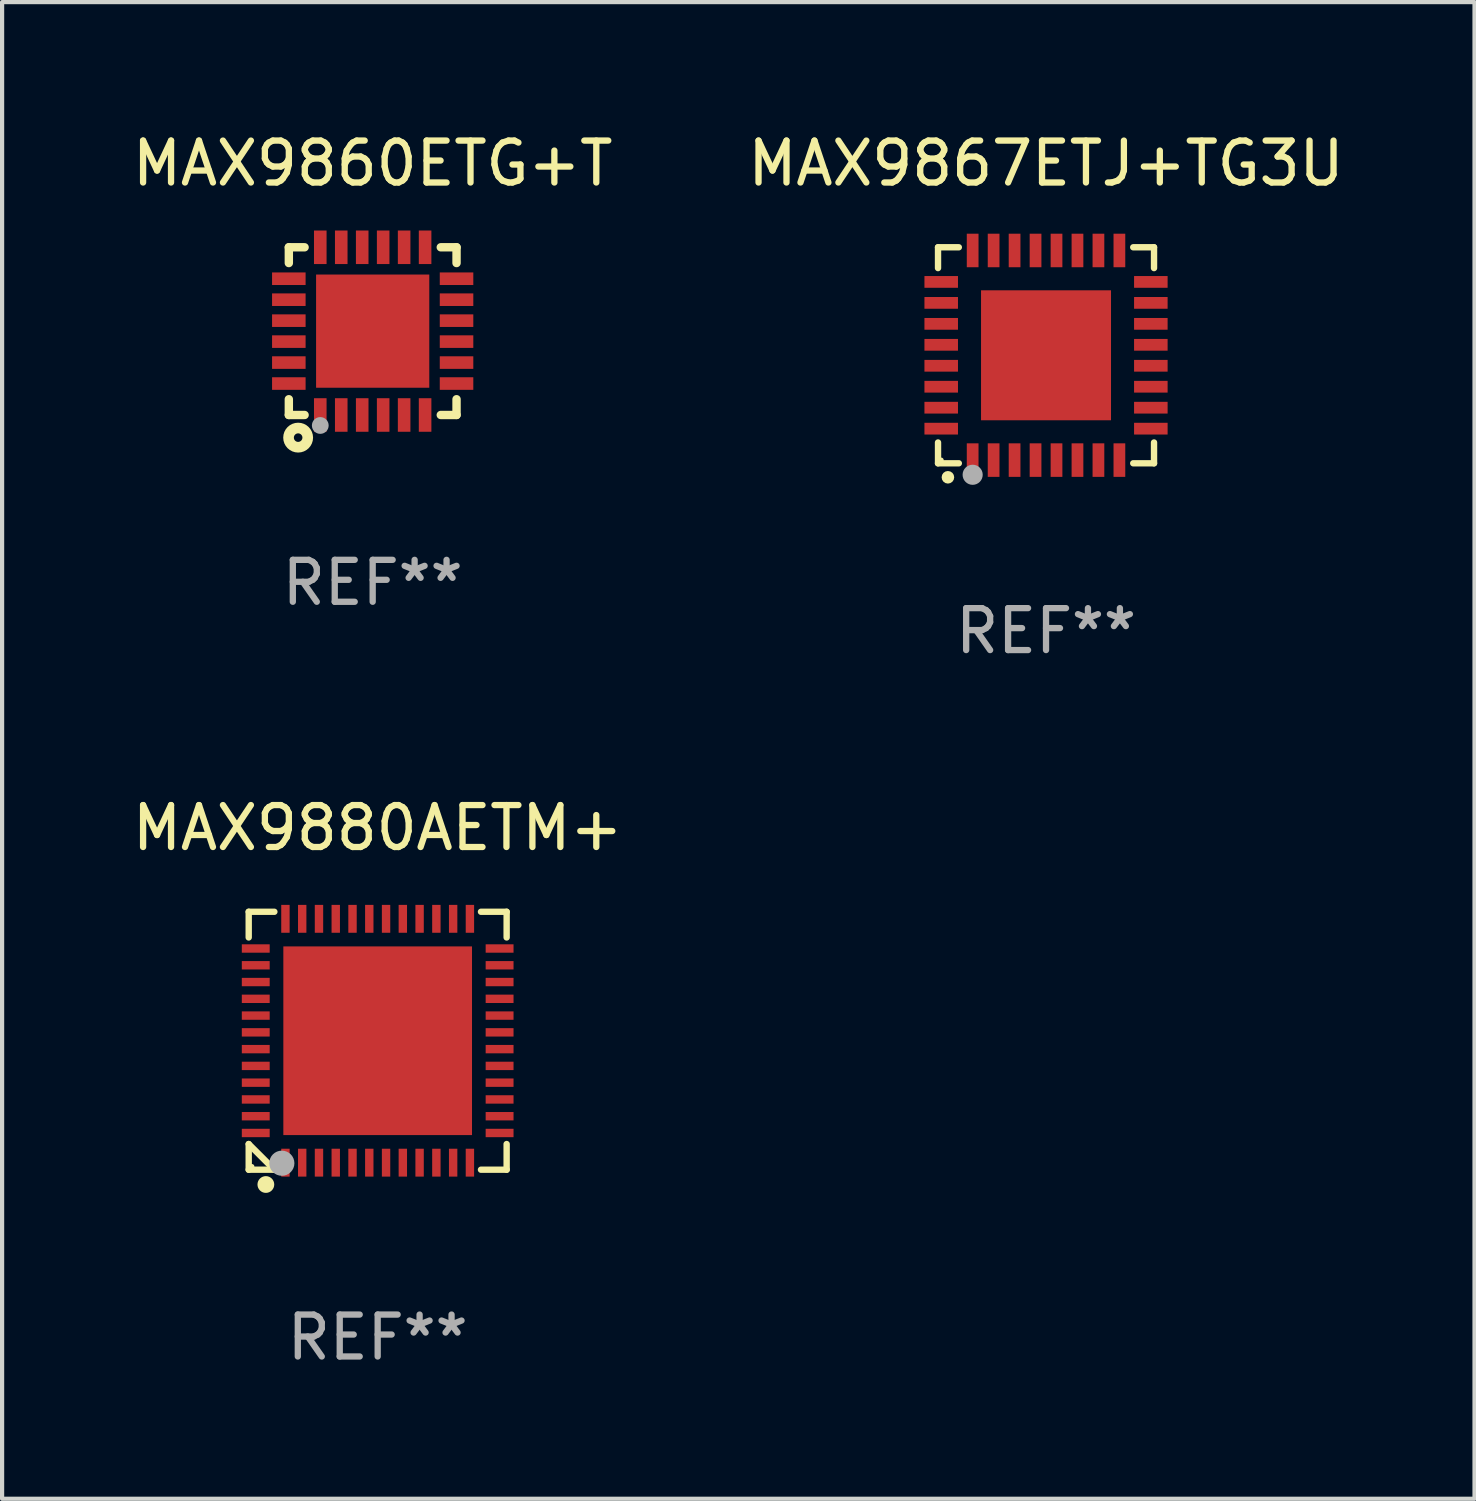
<source format=kicad_pcb>
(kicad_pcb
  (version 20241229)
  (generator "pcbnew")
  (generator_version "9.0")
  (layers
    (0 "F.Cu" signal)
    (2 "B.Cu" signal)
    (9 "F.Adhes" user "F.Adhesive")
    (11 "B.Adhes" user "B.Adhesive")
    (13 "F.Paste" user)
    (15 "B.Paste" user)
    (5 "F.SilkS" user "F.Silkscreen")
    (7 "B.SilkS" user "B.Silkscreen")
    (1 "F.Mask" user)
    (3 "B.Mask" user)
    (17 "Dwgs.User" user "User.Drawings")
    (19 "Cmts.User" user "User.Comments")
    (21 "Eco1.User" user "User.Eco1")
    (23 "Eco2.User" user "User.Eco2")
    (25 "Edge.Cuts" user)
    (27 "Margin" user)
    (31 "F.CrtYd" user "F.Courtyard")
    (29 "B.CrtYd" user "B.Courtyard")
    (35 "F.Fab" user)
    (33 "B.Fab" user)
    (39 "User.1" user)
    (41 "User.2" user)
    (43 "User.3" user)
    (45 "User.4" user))
  (footprint "MAX9860ETG+T"
    (layer "F.Cu")
    (at 5.839 4.848)
    (property "Reference" "MAX9860ETG+T" (at 0 -4 0) (layer "F.SilkS") (effects (font (size 1 1) (thickness 0.15))))
    (attr through_hole)
    (fp_line (start -2 -2) (end -1.624 -2) (stroke (width 0.2) (type solid)) (layer "F.SilkS"))
    (fp_line (start -2 -1.624) (end -2 -2) (stroke (width 0.2) (type solid)) (layer "F.SilkS"))
    (fp_line (start -2 2) (end -2 1.624) (stroke (width 0.2) (type solid)) (layer "F.SilkS"))
    (fp_line (start -2 2) (end -1.624 2) (stroke (width 0.2) (type solid)) (layer "F.SilkS"))
    (fp_line (start 1.624 -2) (end 2 -2) (stroke (width 0.2) (type solid)) (layer "F.SilkS"))
    (fp_line (start 1.624 2) (end 2 2) (stroke (width 0.2) (type solid)) (layer "F.SilkS"))
    (fp_line (start 2 -2) (end 2 -1.624) (stroke (width 0.2) (type solid)) (layer "F.SilkS"))
    (fp_line (start 2 1.624) (end 2 2) (stroke (width 0.2) (type solid)) (layer "F.SilkS"))
    (fp_circle (center -2 2) (end -1.97 2) (stroke (width 0.06) (type solid)) (fill no) (layer "F.SilkS"))
    (fp_circle (center -1.778 2.54) (end -1.676 2.54) (stroke (width 0.254) (type solid)) (fill no) (layer "F.SilkS"))
    (fp_circle (center -1.25 2.25) (end -1.15 2.25) (stroke (width 0.2) (type solid)) (fill no) (layer "F.Fab"))
    (fp_text user "REF**" (at 0 6 0) (layer "F.Fab") (effects (font (size 1 1) (thickness 0.15))))
    (pad "1" smd rect (at -1.25 2) (size 0.3 0.8) (layers "F.Cu" "F.Mask" "F.Paste"))
    (pad "2" smd rect (at -0.75 2) (size 0.3 0.8) (layers "F.Cu" "F.Mask" "F.Paste"))
    (pad "3" smd rect (at -0.25 2) (size 0.3 0.8) (layers "F.Cu" "F.Mask" "F.Paste"))
    (pad "4" smd rect (at 0.25 2) (size 0.3 0.8) (layers "F.Cu" "F.Mask" "F.Paste"))
    (pad "5" smd rect (at 0.75 2) (size 0.3 0.8) (layers "F.Cu" "F.Mask" "F.Paste"))
    (pad "6" smd rect (at 1.25 2) (size 0.3 0.8) (layers "F.Cu" "F.Mask" "F.Paste"))
    (pad "7" smd rect (at 2 1.25 90) (size 0.3 0.8) (layers "F.Cu" "F.Mask" "F.Paste"))
    (pad "8" smd rect (at 2 0.75 90) (size 0.3 0.8) (layers "F.Cu" "F.Mask" "F.Paste"))
    (pad "9" smd rect (at 2 0.25 90) (size 0.3 0.8) (layers "F.Cu" "F.Mask" "F.Paste"))
    (pad "10" smd rect (at 2 -0.25 90) (size 0.3 0.8) (layers "F.Cu" "F.Mask" "F.Paste"))
    (pad "11" smd rect (at 2 -0.75 90) (size 0.3 0.8) (layers "F.Cu" "F.Mask" "F.Paste"))
    (pad "12" smd rect (at 2 -1.25 90) (size 0.3 0.8) (layers "F.Cu" "F.Mask" "F.Paste"))
    (pad "13" smd rect (at 1.25 -2 180) (size 0.3 0.8) (layers "F.Cu" "F.Mask" "F.Paste"))
    (pad "14" smd rect (at 0.75 -2 180) (size 0.3 0.8) (layers "F.Cu" "F.Mask" "F.Paste"))
    (pad "15" smd rect (at 0.25 -2 180) (size 0.3 0.8) (layers "F.Cu" "F.Mask" "F.Paste"))
    (pad "16" smd rect (at -0.25 -2 180) (size 0.3 0.8) (layers "F.Cu" "F.Mask" "F.Paste"))
    (pad "17" smd rect (at -0.75 -2 180) (size 0.3 0.8) (layers "F.Cu" "F.Mask" "F.Paste"))
    (pad "18" smd rect (at -1.25 -2 180) (size 0.3 0.8) (layers "F.Cu" "F.Mask" "F.Paste"))
    (pad "19" smd rect (at -2 -1.25 270) (size 0.3 0.8) (layers "F.Cu" "F.Mask" "F.Paste"))
    (pad "20" smd rect (at -2 -0.75 270) (size 0.3 0.8) (layers "F.Cu" "F.Mask" "F.Paste"))
    (pad "21" smd rect (at -2 -0.25 270) (size 0.3 0.8) (layers "F.Cu" "F.Mask" "F.Paste"))
    (pad "22" smd rect (at -2 0.25 270) (size 0.3 0.8) (layers "F.Cu" "F.Mask" "F.Paste"))
    (pad "23" smd rect (at -2 0.75 270) (size 0.3 0.8) (layers "F.Cu" "F.Mask" "F.Paste"))
    (pad "24" smd rect (at -2 1.25 270) (size 0.3 0.8) (layers "F.Cu" "F.Mask" "F.Paste"))
    (pad "25" smd rect (at 0 0) (size 2.7 2.7) (layers "F.Cu" "F.Mask" "F.Paste")))
  (footprint "MAX9867ETJ+TG3U"
    (layer "F.Cu")
    (at 21.899 5.424)
    (property "Reference" "MAX9867ETJ+TG3U" (at 0 -4.576 0) (layer "F.SilkS") (effects (font (size 1 1) (thickness 0.15))))
    (attr through_hole)
    (fp_line (start -2.576 -2.576) (end -2.08 -2.576) (stroke (width 0.152) (type solid)) (layer "F.SilkS"))
    (fp_line (start -2.576 -2.08) (end -2.576 -2.576) (stroke (width 0.152) (type solid)) (layer "F.SilkS"))
    (fp_line (start -2.576 2.08) (end -2.576 2.576) (stroke (width 0.152) (type solid)) (layer "F.SilkS"))
    (fp_line (start -2.576 2.576) (end -2.08 2.576) (stroke (width 0.152) (type solid)) (layer "F.SilkS"))
    (fp_line (start 2.576 -2.576) (end 2.08 -2.576) (stroke (width 0.152) (type solid)) (layer "F.SilkS"))
    (fp_line (start 2.576 -2.08) (end 2.576 -2.576) (stroke (width 0.152) (type solid)) (layer "F.SilkS"))
    (fp_line (start 2.576 2.08) (end 2.576 2.576) (stroke (width 0.152) (type solid)) (layer "F.SilkS"))
    (fp_line (start 2.576 2.576) (end 2.08 2.576) (stroke (width 0.152) (type solid)) (layer "F.SilkS"))
    (fp_circle (center -2.5 2.5) (end -2.47 2.5) (stroke (width 0.06) (type solid)) (fill no) (layer "F.SilkS"))
    (fp_circle (center -2.34 2.91) (end -2.265 2.91) (stroke (width 0.15) (type solid)) (fill no) (layer "F.SilkS"))
    (fp_circle (center -1.75 2.85) (end -1.63 2.85) (stroke (width 0.24) (type solid)) (fill no) (layer "F.Fab"))
    (fp_text user "REF**" (at 0 6.576 0) (layer "F.Fab") (effects (font (size 1 1) (thickness 0.15))))
    (pad "1" smd rect (at -1.75 2.5) (size 0.28 0.8) (layers "F.Cu" "F.Mask" "F.Paste"))
    (pad "2" smd rect (at -1.25 2.5) (size 0.28 0.8) (layers "F.Cu" "F.Mask" "F.Paste"))
    (pad "3" smd rect (at -0.75 2.5) (size 0.28 0.8) (layers "F.Cu" "F.Mask" "F.Paste"))
    (pad "4" smd rect (at -0.25 2.5) (size 0.28 0.8) (layers "F.Cu" "F.Mask" "F.Paste"))
    (pad "5" smd rect (at 0.25 2.5) (size 0.28 0.8) (layers "F.Cu" "F.Mask" "F.Paste"))
    (pad "6" smd rect (at 0.75 2.5) (size 0.28 0.8) (layers "F.Cu" "F.Mask" "F.Paste"))
    (pad "7" smd rect (at 1.25 2.5) (size 0.28 0.8) (layers "F.Cu" "F.Mask" "F.Paste"))
    (pad "8" smd rect (at 1.75 2.5) (size 0.28 0.8) (layers "F.Cu" "F.Mask" "F.Paste"))
    (pad "9" smd rect (at 2.5 1.75) (size 0.8 0.28) (layers "F.Cu" "F.Mask" "F.Paste"))
    (pad "10" smd rect (at 2.5 1.25) (size 0.8 0.28) (layers "F.Cu" "F.Mask" "F.Paste"))
    (pad "11" smd rect (at 2.5 0.75) (size 0.8 0.28) (layers "F.Cu" "F.Mask" "F.Paste"))
    (pad "12" smd rect (at 2.5 0.25) (size 0.8 0.28) (layers "F.Cu" "F.Mask" "F.Paste"))
    (pad "13" smd rect (at 2.5 -0.25) (size 0.8 0.28) (layers "F.Cu" "F.Mask" "F.Paste"))
    (pad "14" smd rect (at 2.5 -0.75) (size 0.8 0.28) (layers "F.Cu" "F.Mask" "F.Paste"))
    (pad "15" smd rect (at 2.5 -1.25) (size 0.8 0.28) (layers "F.Cu" "F.Mask" "F.Paste"))
    (pad "16" smd rect (at 2.5 -1.75) (size 0.8 0.28) (layers "F.Cu" "F.Mask" "F.Paste"))
    (pad "17" smd rect (at 1.75 -2.5) (size 0.28 0.8) (layers "F.Cu" "F.Mask" "F.Paste"))
    (pad "18" smd rect (at 1.25 -2.5) (size 0.28 0.8) (layers "F.Cu" "F.Mask" "F.Paste"))
    (pad "19" smd rect (at 0.75 -2.5) (size 0.28 0.8) (layers "F.Cu" "F.Mask" "F.Paste"))
    (pad "20" smd rect (at 0.25 -2.5) (size 0.28 0.8) (layers "F.Cu" "F.Mask" "F.Paste"))
    (pad "21" smd rect (at -0.25 -2.5) (size 0.28 0.8) (layers "F.Cu" "F.Mask" "F.Paste"))
    (pad "22" smd rect (at -0.75 -2.5) (size 0.28 0.8) (layers "F.Cu" "F.Mask" "F.Paste"))
    (pad "23" smd rect (at -1.25 -2.5) (size 0.28 0.8) (layers "F.Cu" "F.Mask" "F.Paste"))
    (pad "24" smd rect (at -1.75 -2.5) (size 0.28 0.8) (layers "F.Cu" "F.Mask" "F.Paste"))
    (pad "25" smd rect (at -2.5 -1.75) (size 0.8 0.28) (layers "F.Cu" "F.Mask" "F.Paste"))
    (pad "26" smd rect (at -2.5 -1.25) (size 0.8 0.28) (layers "F.Cu" "F.Mask" "F.Paste"))
    (pad "27" smd rect (at -2.5 -0.75) (size 0.8 0.28) (layers "F.Cu" "F.Mask" "F.Paste"))
    (pad "28" smd rect (at -2.5 -0.25) (size 0.8 0.28) (layers "F.Cu" "F.Mask" "F.Paste"))
    (pad "29" smd rect (at -2.5 0.25) (size 0.8 0.28) (layers "F.Cu" "F.Mask" "F.Paste"))
    (pad "30" smd rect (at -2.5 0.75) (size 0.8 0.28) (layers "F.Cu" "F.Mask" "F.Paste"))
    (pad "31" smd rect (at -2.5 1.25) (size 0.8 0.28) (layers "F.Cu" "F.Mask" "F.Paste"))
    (pad "32" smd rect (at -2.5 1.75) (size 0.8 0.28) (layers "F.Cu" "F.Mask" "F.Paste"))
    (pad "33" smd rect (at 0 0) (size 3.1 3.1) (layers "F.Cu" "F.Mask" "F.Paste")))
  (footprint "MAX9880AETM+"
    (layer "F.Cu")
    (at 5.958 21.773)
    (property "Reference" "MAX9880AETM+" (at 0 -5.076 0) (layer "F.SilkS") (effects (font (size 1 1) (thickness 0.15))))
    (attr through_hole)
    (fp_line (start -3.076 -3.076) (end -3.076 -2.464) (stroke (width 0.152) (type solid)) (layer "F.SilkS"))
    (fp_line (start -3.076 3.076) (end -3.076 2.464) (stroke (width 0.152) (type solid)) (layer "F.SilkS"))
    (fp_line (start -2.464 -3.076) (end -3.076 -3.076) (stroke (width 0.152) (type solid)) (layer "F.SilkS"))
    (fp_line (start -2.464 3.076) (end -3.076 2.464) (stroke (width 0.152) (type solid)) (layer "F.SilkS"))
    (fp_line (start -2.464 3.076) (end -3.076 3.076) (stroke (width 0.152) (type solid)) (layer "F.SilkS"))
    (fp_line (start 2.464 -3.076) (end 3.076 -3.076) (stroke (width 0.152) (type solid)) (layer "F.SilkS"))
    (fp_line (start 2.464 3.076) (end 3.076 3.076) (stroke (width 0.152) (type solid)) (layer "F.SilkS"))
    (fp_line (start 3.076 -3.076) (end 3.076 -2.464) (stroke (width 0.152) (type solid)) (layer "F.SilkS"))
    (fp_line (start 3.076 3.076) (end 3.076 2.464) (stroke (width 0.152) (type solid)) (layer "F.SilkS"))
    (fp_circle (center -3 3) (end -2.97 3) (stroke (width 0.06) (type solid)) (fill no) (layer "F.SilkS"))
    (fp_circle (center -2.667 3.429) (end -2.567 3.429) (stroke (width 0.2) (type solid)) (fill no) (layer "F.SilkS"))
    (fp_circle (center -2.286 2.921) (end -2.136 2.921) (stroke (width 0.3) (type solid)) (fill no) (layer "F.Fab"))
    (fp_text user "REF**" (at 0 7.076 0) (layer "F.Fab") (effects (font (size 1 1) (thickness 0.15))))
    (pad "1" smd rect (at -2.2 2.908) (size 0.2 0.665) (layers "F.Cu" "F.Mask" "F.Paste"))
    (pad "2" smd rect (at -1.8 2.908) (size 0.2 0.665) (layers "F.Cu" "F.Mask" "F.Paste"))
    (pad "3" smd rect (at -1.4 2.908) (size 0.2 0.665) (layers "F.Cu" "F.Mask" "F.Paste"))
    (pad "4" smd rect (at -1 2.908) (size 0.2 0.665) (layers "F.Cu" "F.Mask" "F.Paste"))
    (pad "5" smd rect (at -0.6 2.908) (size 0.2 0.665) (layers "F.Cu" "F.Mask" "F.Paste"))
    (pad "6" smd rect (at -0.2 2.908) (size 0.2 0.665) (layers "F.Cu" "F.Mask" "F.Paste"))
    (pad "7" smd rect (at 0.2 2.908) (size 0.2 0.665) (layers "F.Cu" "F.Mask" "F.Paste"))
    (pad "8" smd rect (at 0.6 2.908) (size 0.2 0.665) (layers "F.Cu" "F.Mask" "F.Paste"))
    (pad "9" smd rect (at 1 2.908) (size 0.2 0.665) (layers "F.Cu" "F.Mask" "F.Paste"))
    (pad "10" smd rect (at 1.4 2.908) (size 0.2 0.665) (layers "F.Cu" "F.Mask" "F.Paste"))
    (pad "11" smd rect (at 1.8 2.908) (size 0.2 0.665) (layers "F.Cu" "F.Mask" "F.Paste"))
    (pad "12" smd rect (at 2.2 2.908) (size 0.2 0.665) (layers "F.Cu" "F.Mask" "F.Paste"))
    (pad "13" smd rect (at 2.908 2.2) (size 0.665 0.2) (layers "F.Cu" "F.Mask" "F.Paste"))
    (pad "14" smd rect (at 2.908 1.8) (size 0.665 0.2) (layers "F.Cu" "F.Mask" "F.Paste"))
    (pad "15" smd rect (at 2.908 1.4) (size 0.665 0.2) (layers "F.Cu" "F.Mask" "F.Paste"))
    (pad "16" smd rect (at 2.908 1) (size 0.665 0.2) (layers "F.Cu" "F.Mask" "F.Paste"))
    (pad "17" smd rect (at 2.908 0.6) (size 0.665 0.2) (layers "F.Cu" "F.Mask" "F.Paste"))
    (pad "18" smd rect (at 2.908 0.2) (size 0.665 0.2) (layers "F.Cu" "F.Mask" "F.Paste"))
    (pad "19" smd rect (at 2.908 -0.2) (size 0.665 0.2) (layers "F.Cu" "F.Mask" "F.Paste"))
    (pad "20" smd rect (at 2.908 -0.6) (size 0.665 0.2) (layers "F.Cu" "F.Mask" "F.Paste"))
    (pad "21" smd rect (at 2.908 -1) (size 0.665 0.2) (layers "F.Cu" "F.Mask" "F.Paste"))
    (pad "22" smd rect (at 2.908 -1.4) (size 0.665 0.2) (layers "F.Cu" "F.Mask" "F.Paste"))
    (pad "23" smd rect (at 2.908 -1.8) (size 0.665 0.2) (layers "F.Cu" "F.Mask" "F.Paste"))
    (pad "24" smd rect (at 2.908 -2.2) (size 0.665 0.2) (layers "F.Cu" "F.Mask" "F.Paste"))
    (pad "25" smd rect (at 2.2 -2.908) (size 0.2 0.665) (layers "F.Cu" "F.Mask" "F.Paste"))
    (pad "26" smd rect (at 1.8 -2.908) (size 0.2 0.665) (layers "F.Cu" "F.Mask" "F.Paste"))
    (pad "27" smd rect (at 1.4 -2.908) (size 0.2 0.665) (layers "F.Cu" "F.Mask" "F.Paste"))
    (pad "28" smd rect (at 1 -2.908) (size 0.2 0.665) (layers "F.Cu" "F.Mask" "F.Paste"))
    (pad "29" smd rect (at 0.6 -2.908) (size 0.2 0.665) (layers "F.Cu" "F.Mask" "F.Paste"))
    (pad "30" smd rect (at 0.2 -2.908) (size 0.2 0.665) (layers "F.Cu" "F.Mask" "F.Paste"))
    (pad "31" smd rect (at -0.2 -2.908) (size 0.2 0.665) (layers "F.Cu" "F.Mask" "F.Paste"))
    (pad "32" smd rect (at -0.6 -2.908) (size 0.2 0.665) (layers "F.Cu" "F.Mask" "F.Paste"))
    (pad "33" smd rect (at -1 -2.908) (size 0.2 0.665) (layers "F.Cu" "F.Mask" "F.Paste"))
    (pad "34" smd rect (at -1.4 -2.908) (size 0.2 0.665) (layers "F.Cu" "F.Mask" "F.Paste"))
    (pad "35" smd rect (at -1.8 -2.908) (size 0.2 0.665) (layers "F.Cu" "F.Mask" "F.Paste"))
    (pad "36" smd rect (at -2.2 -2.908) (size 0.2 0.665) (layers "F.Cu" "F.Mask" "F.Paste"))
    (pad "37" smd rect (at -2.908 -2.2) (size 0.665 0.2) (layers "F.Cu" "F.Mask" "F.Paste"))
    (pad "38" smd rect (at -2.908 -1.8) (size 0.665 0.2) (layers "F.Cu" "F.Mask" "F.Paste"))
    (pad "39" smd rect (at -2.908 -1.4) (size 0.665 0.2) (layers "F.Cu" "F.Mask" "F.Paste"))
    (pad "40" smd rect (at -2.908 -1) (size 0.665 0.2) (layers "F.Cu" "F.Mask" "F.Paste"))
    (pad "41" smd rect (at -2.908 -0.6) (size 0.665 0.2) (layers "F.Cu" "F.Mask" "F.Paste"))
    (pad "42" smd rect (at -2.908 -0.2) (size 0.665 0.2) (layers "F.Cu" "F.Mask" "F.Paste"))
    (pad "43" smd rect (at -2.908 0.2) (size 0.665 0.2) (layers "F.Cu" "F.Mask" "F.Paste"))
    (pad "44" smd rect (at -2.908 0.6) (size 0.665 0.2) (layers "F.Cu" "F.Mask" "F.Paste"))
    (pad "45" smd rect (at -2.908 1) (size 0.665 0.2) (layers "F.Cu" "F.Mask" "F.Paste"))
    (pad "46" smd rect (at -2.908 1.4) (size 0.665 0.2) (layers "F.Cu" "F.Mask" "F.Paste"))
    (pad "47" smd rect (at -2.908 1.8) (size 0.665 0.2) (layers "F.Cu" "F.Mask" "F.Paste"))
    (pad "48" smd rect (at -2.908 2.2) (size 0.665 0.2) (layers "F.Cu" "F.Mask" "F.Paste"))
    (pad "49" smd rect (at 0 0) (size 4.5 4.5) (layers "F.Cu" "F.Mask" "F.Paste")))
  (gr_rect
    (start -3 -3)
    (end 32.119 32.698)
    (stroke (width 0.1) (type default))
    (fill no)
    (layer "Edge.Cuts")))
</source>
